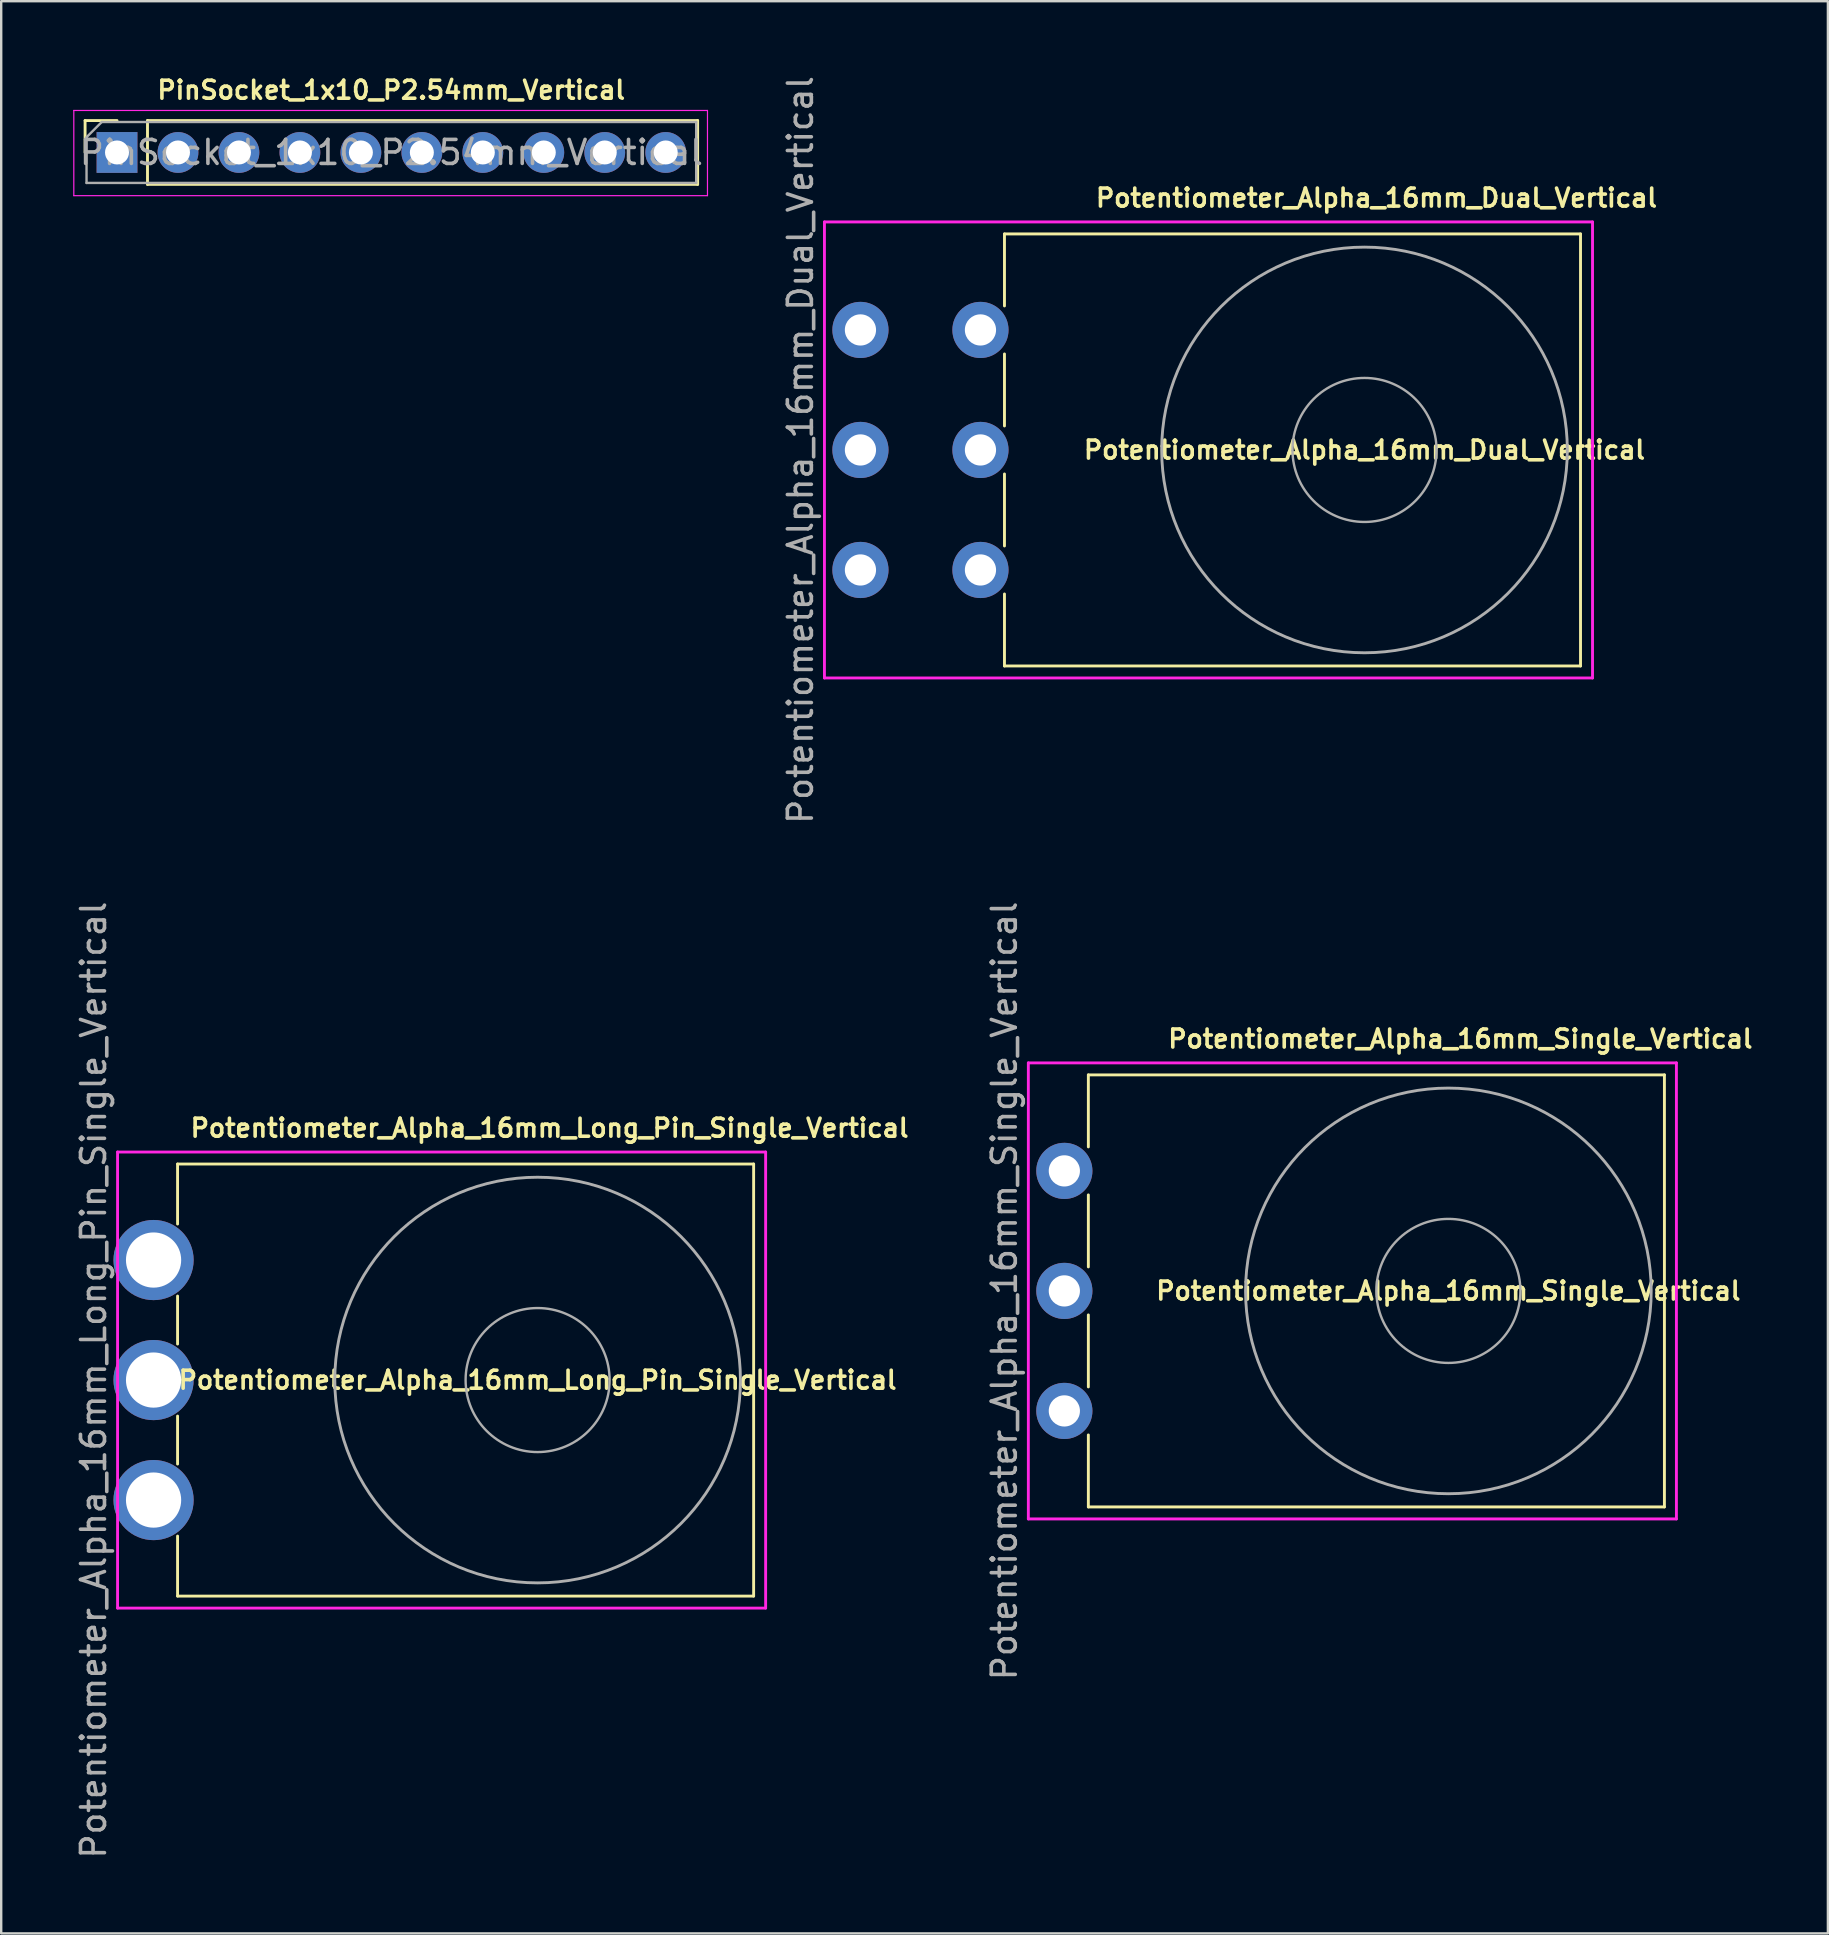
<source format=kicad_pcb>
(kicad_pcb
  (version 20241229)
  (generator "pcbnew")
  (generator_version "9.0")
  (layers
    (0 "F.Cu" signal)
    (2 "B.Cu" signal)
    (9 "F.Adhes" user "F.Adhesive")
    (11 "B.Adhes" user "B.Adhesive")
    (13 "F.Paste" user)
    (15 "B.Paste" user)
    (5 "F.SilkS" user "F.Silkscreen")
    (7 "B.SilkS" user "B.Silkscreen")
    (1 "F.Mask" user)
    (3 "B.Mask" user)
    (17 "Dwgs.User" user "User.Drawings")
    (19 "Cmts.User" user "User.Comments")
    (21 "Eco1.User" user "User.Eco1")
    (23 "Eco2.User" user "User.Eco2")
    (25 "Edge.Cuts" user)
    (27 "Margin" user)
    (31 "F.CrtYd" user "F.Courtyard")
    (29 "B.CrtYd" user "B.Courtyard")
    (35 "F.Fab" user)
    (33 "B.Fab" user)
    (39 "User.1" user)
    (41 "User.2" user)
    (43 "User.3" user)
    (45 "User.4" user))
  (footprint "Potentiometer_Alpha_16mm_Long_Pin_Single_Vertical"
    (layer "F.Cu")
    (at 19.348 54.446)
    (property "Reference" "Potentiometer_Alpha_16mm_Long_Pin_Single_Vertical" (at 0.5 -10.5 0) (layer "F.SilkS") (effects (font (size 0.75 0.75) (thickness 0.15))))
    (property "Value" "Potentiometer_Alpha_16mm_Long_Pin_Single_Vertical" (at -4 10.5 0) (layer "F.Fab") (hide yes) (effects (font (size 1 1) (thickness 0.15))))
    (attr through_hole)
    (fp_line (start -15 -9) (end 9 -9) (stroke (width 0.12) (type solid)) (layer "F.SilkS"))
    (fp_line (start -15 -6.5) (end -15 -9) (stroke (width 0.12) (type solid)) (layer "F.SilkS"))
    (fp_line (start -15 -1.5) (end -15 -3.5) (stroke (width 0.12) (type solid)) (layer "F.SilkS"))
    (fp_line (start -15 3.5) (end -15 1.5) (stroke (width 0.12) (type solid)) (layer "F.SilkS"))
    (fp_line (start -15 9) (end -15 6.5) (stroke (width 0.12) (type solid)) (layer "F.SilkS"))
    (fp_line (start 9 -9) (end 9 9) (stroke (width 0.12) (type solid)) (layer "F.SilkS"))
    (fp_line (start 9 9) (end -15 9) (stroke (width 0.12) (type solid)) (layer "F.SilkS"))
    (fp_line (start -17.5 -9.5) (end 9.5 -9.5) (stroke (width 0.12) (type solid)) (layer "F.CrtYd"))
    (fp_line (start -17.5 9.5) (end -17.5 -9.5) (stroke (width 0.12) (type solid)) (layer "F.CrtYd"))
    (fp_line (start 9.5 -9.5) (end 9.5 9.5) (stroke (width 0.12) (type solid)) (layer "F.CrtYd"))
    (fp_line (start 9.5 9.5) (end -17.5 9.5) (stroke (width 0.12) (type solid)) (layer "F.CrtYd"))
    (fp_circle (center 0 0) (end 3 0) (stroke (width 0.1) (type solid)) (fill no) (layer "F.Fab"))
    (fp_circle (center 0 0) (end 8.45 0) (stroke (width 0.12) (type solid)) (fill no) (layer "F.Fab"))
    (fp_text user "${VALUE}" (at 0 0 0) (layer "F.SilkS") (effects (font (size 0.75 0.75) (thickness 0.15))))
    (fp_text user "${REFERENCE}" (at -18.5 0 90) (layer "F.Fab") (effects (font (size 1 1) (thickness 0.15))))
    (pad "1" thru_hole circle (at -16 -5) (size 3.34 3.34) (drill 2.3) (layers "*.Cu" "*.Mask"))
    (pad "2" thru_hole circle (at -16 0) (size 3.34 3.34) (drill 2.3) (layers "*.Cu" "*.Mask"))
    (pad "3" thru_hole circle (at -16 5) (size 3.34 3.34) (drill 2.3) (layers "*.Cu" "*.Mask")))
  (footprint "PinSocket_1x10_P2.54mm_Vertical"
    (layer "F.Cu")
    (at 13.25 3.302)
    (property "Reference" "PinSocket_1x10_P2.54mm_Vertical" (at 0 -2.6 180) (layer "F.SilkS") (effects (font (size 0.75 0.75) (thickness 0.15))))
    (attr through_hole)
    (fp_line (start -12.755 -1.33) (end -11.425 -1.33) (stroke (width 0.12) (type solid)) (layer "F.SilkS"))
    (fp_line (start -12.755 0) (end -12.755 -1.33) (stroke (width 0.12) (type solid)) (layer "F.SilkS"))
    (fp_line (start -10.155 -1.33) (end 12.765 -1.33) (stroke (width 0.12) (type solid)) (layer "F.SilkS"))
    (fp_line (start -10.155 1.33) (end -10.155 -1.33) (stroke (width 0.12) (type solid)) (layer "F.SilkS"))
    (fp_line (start -10.155 1.33) (end 12.765 1.33) (stroke (width 0.12) (type solid)) (layer "F.SilkS"))
    (fp_line (start 12.765 1.33) (end 12.765 -1.33) (stroke (width 0.12) (type solid)) (layer "F.SilkS"))
    (fp_line (start -13.225 -1.75) (end 13.175 -1.75) (stroke (width 0.05) (type solid)) (layer "F.CrtYd"))
    (fp_line (start -13.225 1.8) (end -13.225 -1.75) (stroke (width 0.05) (type solid)) (layer "F.CrtYd"))
    (fp_line (start 13.175 -1.75) (end 13.175 1.8) (stroke (width 0.05) (type solid)) (layer "F.CrtYd"))
    (fp_line (start 13.175 1.8) (end -13.225 1.8) (stroke (width 0.05) (type solid)) (layer "F.CrtYd"))
    (fp_line (start -12.695 -0.635) (end -12.06 -1.27) (stroke (width 0.1) (type solid)) (layer "F.Fab"))
    (fp_line (start -12.695 1.27) (end -12.695 -0.635) (stroke (width 0.1) (type solid)) (layer "F.Fab"))
    (fp_line (start -12.06 -1.27) (end 12.705 -1.27) (stroke (width 0.1) (type solid)) (layer "F.Fab"))
    (fp_line (start 12.705 -1.27) (end 12.705 1.27) (stroke (width 0.1) (type solid)) (layer "F.Fab"))
    (fp_line (start 12.705 1.27) (end -12.695 1.27) (stroke (width 0.1) (type solid)) (layer "F.Fab"))
    (fp_text user "${REFERENCE}" (at 0.005 0 180) (layer "F.Fab") (effects (font (size 1 1) (thickness 0.15))))
    (pad "1" thru_hole rect (at -11.425 0 90) (size 1.7 1.7) (drill 1) (layers "*.Cu" "*.Mask"))
    (pad "2" thru_hole oval (at -8.885 0 90) (size 1.7 1.7) (drill 1) (layers "*.Cu" "*.Mask"))
    (pad "3" thru_hole oval (at -6.345 0 90) (size 1.7 1.7) (drill 1) (layers "*.Cu" "*.Mask"))
    (pad "4" thru_hole oval (at -3.805 0 90) (size 1.7 1.7) (drill 1) (layers "*.Cu" "*.Mask"))
    (pad "5" thru_hole oval (at -1.265 0 90) (size 1.7 1.7) (drill 1) (layers "*.Cu" "*.Mask"))
    (pad "6" thru_hole oval (at 1.275 0 90) (size 1.7 1.7) (drill 1) (layers "*.Cu" "*.Mask"))
    (pad "7" thru_hole oval (at 3.815 0 90) (size 1.7 1.7) (drill 1) (layers "*.Cu" "*.Mask"))
    (pad "8" thru_hole oval (at 6.355 0 90) (size 1.7 1.7) (drill 1) (layers "*.Cu" "*.Mask"))
    (pad "9" thru_hole oval (at 8.895 0 90) (size 1.7 1.7) (drill 1) (layers "*.Cu" "*.Mask"))
    (pad "10" thru_hole oval (at 11.435 0 90) (size 1.7 1.7) (drill 1) (layers "*.Cu" "*.Mask")))
  (footprint "Potentiometer_Alpha_16mm_Dual_Vertical"
    (layer "F.Cu")
    (at 53.798 15.696)
    (property "Reference" "Potentiometer_Alpha_16mm_Dual_Vertical" (at 0.5 -10.5 0) (layer "F.SilkS") (effects (font (size 0.75 0.75) (thickness 0.15))))
    (property "Value" "Potentiometer_Alpha_16mm_Dual_Vertical" (at -4 10.5 0) (layer "F.Fab") (hide yes) (effects (font (size 1 1) (thickness 0.15))))
    (attr through_hole)
    (fp_line (start -15 -9) (end 9 -9) (stroke (width 0.12) (type solid)) (layer "F.SilkS"))
    (fp_line (start -15 -6) (end -15 -9) (stroke (width 0.12) (type solid)) (layer "F.SilkS"))
    (fp_line (start -15 -1) (end -15 -4) (stroke (width 0.12) (type solid)) (layer "F.SilkS"))
    (fp_line (start -15 4) (end -15 1) (stroke (width 0.12) (type solid)) (layer "F.SilkS"))
    (fp_line (start -15 9) (end -15 6) (stroke (width 0.12) (type solid)) (layer "F.SilkS"))
    (fp_line (start 9 -9) (end 9 9) (stroke (width 0.12) (type solid)) (layer "F.SilkS"))
    (fp_line (start 9 9) (end -15 9) (stroke (width 0.12) (type solid)) (layer "F.SilkS"))
    (fp_line (start -22.5 -9.5) (end 9.5 -9.5) (stroke (width 0.12) (type solid)) (layer "F.CrtYd"))
    (fp_line (start -22.5 9.5) (end -22.5 -9.5) (stroke (width 0.12) (type solid)) (layer "F.CrtYd"))
    (fp_line (start 9.5 -9.5) (end 9.5 9.5) (stroke (width 0.12) (type solid)) (layer "F.CrtYd"))
    (fp_line (start 9.5 9.5) (end -22.5 9.5) (stroke (width 0.12) (type solid)) (layer "F.CrtYd"))
    (fp_circle (center 0 0) (end 3 0) (stroke (width 0.1) (type solid)) (fill no) (layer "F.Fab"))
    (fp_circle (center 0 0) (end 8.45 0) (stroke (width 0.12) (type solid)) (fill no) (layer "F.Fab"))
    (fp_text user "${VALUE}" (at 0 0 0) (layer "F.SilkS") (effects (font (size 0.75 0.75) (thickness 0.15))))
    (fp_text user "${REFERENCE}" (at -23.5 0 90) (layer "F.Fab") (effects (font (size 1 1) (thickness 0.15))))
    (pad "1" thru_hole circle (at -21 -5) (size 2.34 2.34) (drill 1.3) (layers "*.Cu" "*.Mask"))
    (pad "2" thru_hole circle (at -21 0) (size 2.34 2.34) (drill 1.3) (layers "*.Cu" "*.Mask"))
    (pad "3" thru_hole circle (at -21 5) (size 2.34 2.34) (drill 1.3) (layers "*.Cu" "*.Mask"))
    (pad "4" thru_hole circle (at -16 -5) (size 2.34 2.34) (drill 1.3) (layers "*.Cu" "*.Mask"))
    (pad "5" thru_hole circle (at -16 0) (size 2.34 2.34) (drill 1.3) (layers "*.Cu" "*.Mask"))
    (pad "6" thru_hole circle (at -16 5) (size 2.34 2.34) (drill 1.3) (layers "*.Cu" "*.Mask")))
  (footprint "Potentiometer_Alpha_16mm_Single_Vertical"
    (layer "F.Cu")
    (at 57.293 50.732)
    (property "Reference" "Potentiometer_Alpha_16mm_Single_Vertical" (at 0.5 -10.5 0) (layer "F.SilkS") (effects (font (size 0.75 0.75) (thickness 0.15))))
    (property "Value" "Potentiometer_Alpha_16mm_Single_Vertical" (at -4 10.5 0) (layer "F.Fab") (hide yes) (effects (font (size 1 1) (thickness 0.15))))
    (attr through_hole)
    (fp_line (start -15 -9) (end 9 -9) (stroke (width 0.12) (type solid)) (layer "F.SilkS"))
    (fp_line (start -15 -6) (end -15 -9) (stroke (width 0.12) (type solid)) (layer "F.SilkS"))
    (fp_line (start -15 -1) (end -15 -4) (stroke (width 0.12) (type solid)) (layer "F.SilkS"))
    (fp_line (start -15 4) (end -15 1) (stroke (width 0.12) (type solid)) (layer "F.SilkS"))
    (fp_line (start -15 9) (end -15 6) (stroke (width 0.12) (type solid)) (layer "F.SilkS"))
    (fp_line (start 9 -9) (end 9 9) (stroke (width 0.12) (type solid)) (layer "F.SilkS"))
    (fp_line (start 9 9) (end -15 9) (stroke (width 0.12) (type solid)) (layer "F.SilkS"))
    (fp_line (start -17.5 -9.5) (end 9.5 -9.5) (stroke (width 0.12) (type solid)) (layer "F.CrtYd"))
    (fp_line (start -17.5 9.5) (end -17.5 -9.5) (stroke (width 0.12) (type solid)) (layer "F.CrtYd"))
    (fp_line (start 9.5 -9.5) (end 9.5 9.5) (stroke (width 0.12) (type solid)) (layer "F.CrtYd"))
    (fp_line (start 9.5 9.5) (end -17.5 9.5) (stroke (width 0.12) (type solid)) (layer "F.CrtYd"))
    (fp_circle (center 0 0) (end 3 0) (stroke (width 0.1) (type solid)) (fill no) (layer "F.Fab"))
    (fp_circle (center 0 0) (end 8.45 0) (stroke (width 0.12) (type solid)) (fill no) (layer "F.Fab"))
    (fp_text user "${VALUE}" (at 0 0 0) (layer "F.SilkS") (effects (font (size 0.75 0.75) (thickness 0.15))))
    (fp_text user "${REFERENCE}" (at -18.5 0 90) (layer "F.Fab") (effects (font (size 1 1) (thickness 0.15))))
    (pad "1" thru_hole circle (at -16 -5) (size 2.34 2.34) (drill 1.3) (layers "*.Cu" "*.Mask"))
    (pad "2" thru_hole circle (at -16 0) (size 2.34 2.34) (drill 1.3) (layers "*.Cu" "*.Mask"))
    (pad "3" thru_hole circle (at -16 5) (size 2.34 2.34) (drill 1.3) (layers "*.Cu" "*.Mask")))
  (gr_rect
    (start -3 -3)
    (end 73.104 77.5)
    (stroke (width 0.1) (type default))
    (fill no)
    (layer "Edge.Cuts")))
</source>
